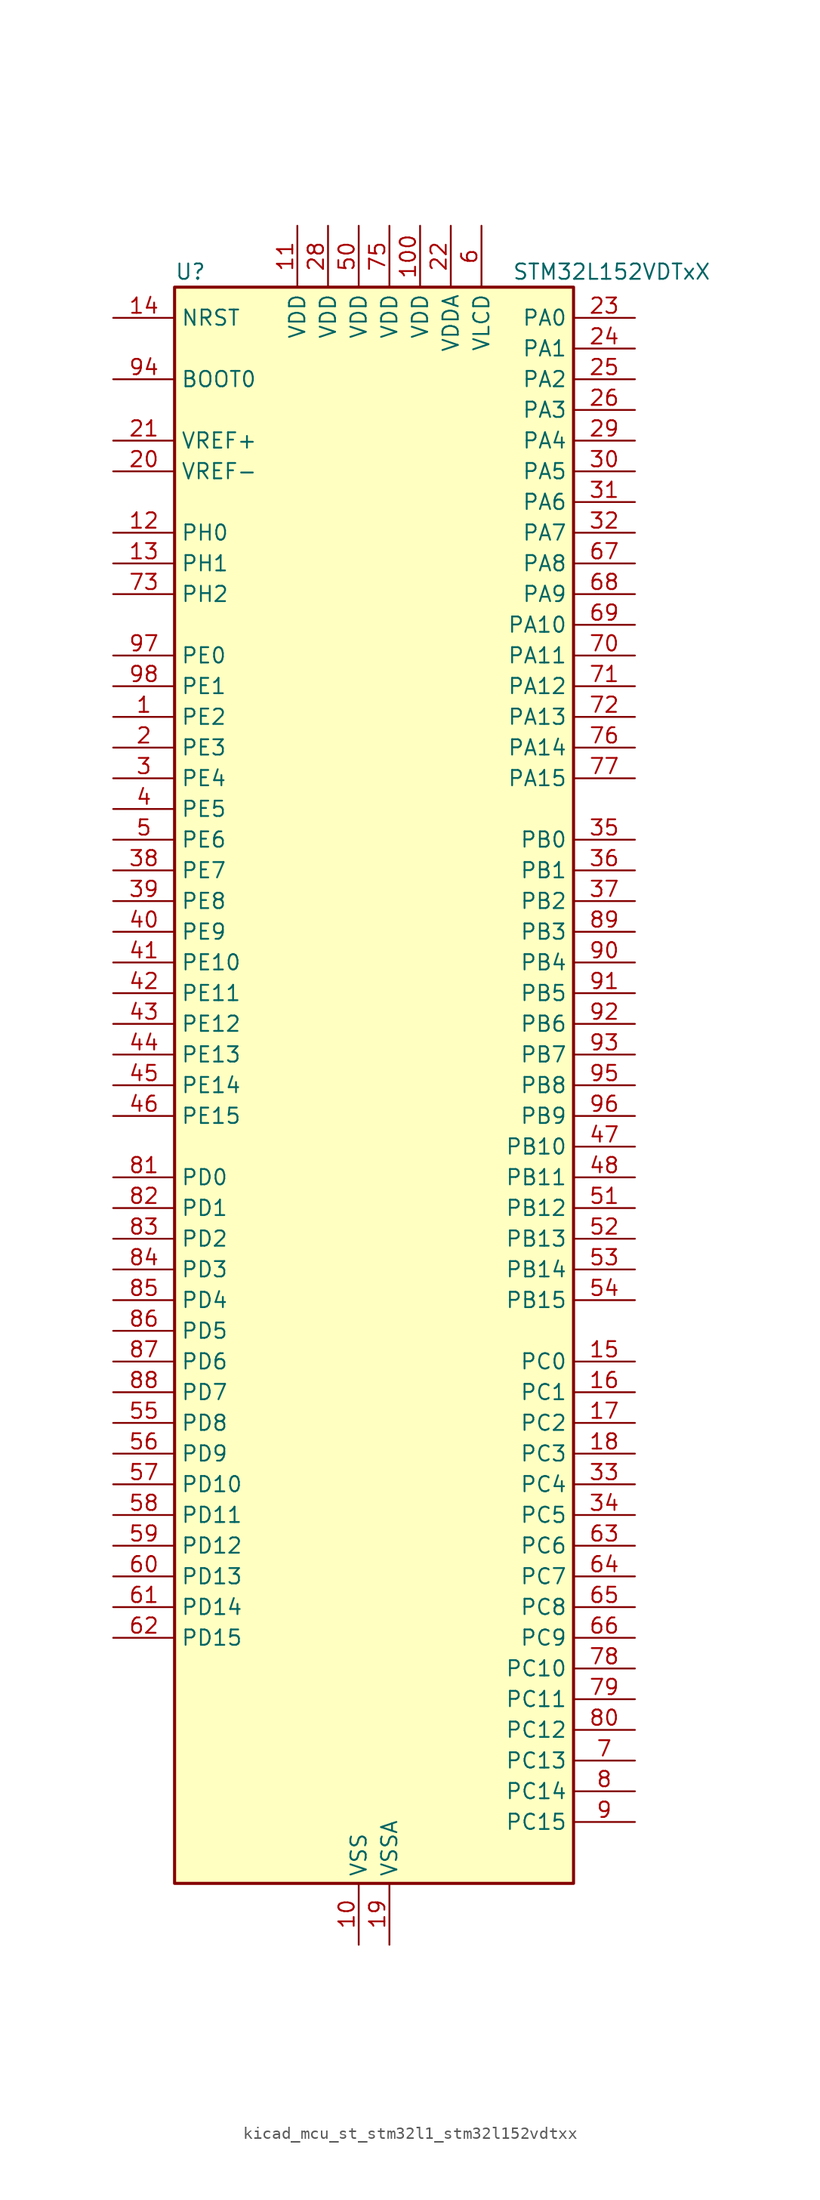
<source format=kicad_sym>
(kicad_symbol_lib
  (version 20220914)
  (generator kicad_symbol_editor)
  (symbol "kicad_mcu_st_stm32l1_stm32l152vdtxx"
    (property "Reference" "U"
      (at -15.24 67.31 0)
      (effects (font (size 1.27 1.27)) (justify left)))
    (property "Value" "STM32L152VDTxX"
      (at 12.7 67.31 0)
      (effects (font (size 1.27 1.27)) (justify left)))
    (property "ki_locked" ""
      (at 0 0 0)
      (effects (font (size 1.27 1.27))))
    (symbol "kicad_mcu_st_stm32l1_stm32l152vdtxx_0_1"
      (rectangle (start -15.24 -66.04) (end 17.78 66.04) (stroke (width 0.254) (type default)) (fill (type background))))
    (symbol "kicad_mcu_st_stm32l1_stm32l152vdtxx_1_1"
      (pin bidirectional line (at -20.32 30.48 0) (length 5.08) (name "PE2" (effects (font (size 1.27 1.27)))) (number "1" (effects (font (size 1.27 1.27)))) (alternate "LCD_SEG38" bidirectional line) (alternate "SYS_TRACECK" bidirectional line) (alternate "TIM3_ETR" bidirectional line) (alternate "TIMX_IC3" bidirectional line))
      (pin power_in line (at 0 -71.12 90) (length 5.08) (name "VSS" (effects (font (size 1.27 1.27)))) (number "10" (effects (font (size 1.27 1.27)))))
      (pin power_in line (at 5.08 71.12 270) (length 5.08) (name "VDD" (effects (font (size 1.27 1.27)))) (number "100" (effects (font (size 1.27 1.27)))))
      (pin power_in line (at -5.08 71.12 270) (length 5.08) (name "VDD" (effects (font (size 1.27 1.27)))) (number "11" (effects (font (size 1.27 1.27)))))
      (pin bidirectional line (at -20.32 45.72 0) (length 5.08) (name "PH0" (effects (font (size 1.27 1.27)))) (number "12" (effects (font (size 1.27 1.27)))) (alternate "RCC_OSC_IN" bidirectional line))
      (pin bidirectional line (at -20.32 43.18 0) (length 5.08) (name "PH1" (effects (font (size 1.27 1.27)))) (number "13" (effects (font (size 1.27 1.27)))) (alternate "RCC_OSC_OUT" bidirectional line))
      (pin input line (at -20.32 63.5 0) (length 5.08) (name "NRST" (effects (font (size 1.27 1.27)))) (number "14" (effects (font (size 1.27 1.27)))))
      (pin bidirectional line (at 22.86 -22.86 180) (length 5.08) (name "PC0" (effects (font (size 1.27 1.27)))) (number "15" (effects (font (size 1.27 1.27)))) (alternate "ADC_IN10" bidirectional line) (alternate "COMP1_INP" bidirectional line) (alternate "LCD_SEG18" bidirectional line) (alternate "TIMX_IC1" bidirectional line) (alternate "TS_G8_IO1" bidirectional line))
      (pin bidirectional line (at 22.86 -25.4 180) (length 5.08) (name "PC1" (effects (font (size 1.27 1.27)))) (number "16" (effects (font (size 1.27 1.27)))) (alternate "ADC_IN11" bidirectional line) (alternate "COMP1_INP" bidirectional line) (alternate "LCD_SEG19" bidirectional line) (alternate "TIMX_IC2" bidirectional line) (alternate "TS_G8_IO2" bidirectional line))
      (pin bidirectional line (at 22.86 -27.94 180) (length 5.08) (name "PC2" (effects (font (size 1.27 1.27)))) (number "17" (effects (font (size 1.27 1.27)))) (alternate "ADC_IN12" bidirectional line) (alternate "COMP1_INP" bidirectional line) (alternate "LCD_SEG20" bidirectional line) (alternate "TIMX_IC3" bidirectional line) (alternate "TS_G8_IO3" bidirectional line))
      (pin bidirectional line (at 22.86 -30.48 180) (length 5.08) (name "PC3" (effects (font (size 1.27 1.27)))) (number "18" (effects (font (size 1.27 1.27)))) (alternate "ADC_IN13" bidirectional line) (alternate "COMP1_INP" bidirectional line) (alternate "LCD_SEG21" bidirectional line) (alternate "TIMX_IC4" bidirectional line) (alternate "TS_G8_IO4" bidirectional line))
      (pin power_in line (at 2.54 -71.12 90) (length 5.08) (name "VSSA" (effects (font (size 1.27 1.27)))) (number "19" (effects (font (size 1.27 1.27)))))
      (pin bidirectional line (at -20.32 27.94 0) (length 5.08) (name "PE3" (effects (font (size 1.27 1.27)))) (number "2" (effects (font (size 1.27 1.27)))) (alternate "LCD_SEG39" bidirectional line) (alternate "SYS_TRACED0" bidirectional line) (alternate "TIM3_CH1" bidirectional line) (alternate "TIMX_IC4" bidirectional line))
      (pin input line (at -20.32 50.8 0) (length 5.08) (name "VREF-" (effects (font (size 1.27 1.27)))) (number "20" (effects (font (size 1.27 1.27)))))
      (pin input line (at -20.32 53.34 0) (length 5.08) (name "VREF+" (effects (font (size 1.27 1.27)))) (number "21" (effects (font (size 1.27 1.27)))))
      (pin power_in line (at 7.62 71.12 270) (length 5.08) (name "VDDA" (effects (font (size 1.27 1.27)))) (number "22" (effects (font (size 1.27 1.27)))))
      (pin bidirectional line (at 22.86 63.5 180) (length 5.08) (name "PA0" (effects (font (size 1.27 1.27)))) (number "23" (effects (font (size 1.27 1.27)))) (alternate "ADC_IN0" bidirectional line) (alternate "COMP1_INP" bidirectional line) (alternate "RTC_TAMP2" bidirectional line) (alternate "SYS_WKUP1" bidirectional line) (alternate "TIM2_CH1" bidirectional line) (alternate "TIM2_ETR" bidirectional line) (alternate "TIM5_CH1" bidirectional line) (alternate "TIMX_IC1" bidirectional line) (alternate "TS_G1_IO1" bidirectional line) (alternate "USART2_CTS" bidirectional line))
      (pin bidirectional line (at 22.86 60.96 180) (length 5.08) (name "PA1" (effects (font (size 1.27 1.27)))) (number "24" (effects (font (size 1.27 1.27)))) (alternate "ADC_IN1" bidirectional line) (alternate "COMP1_INP" bidirectional line) (alternate "LCD_SEG0" bidirectional line) (alternate "OPAMP1_VINP" bidirectional line) (alternate "TIM2_CH2" bidirectional line) (alternate "TIM5_CH2" bidirectional line) (alternate "TIMX_IC2" bidirectional line) (alternate "TS_G1_IO2" bidirectional line) (alternate "USART2_RTS" bidirectional line))
      (pin bidirectional line (at 22.86 58.42 180) (length 5.08) (name "PA2" (effects (font (size 1.27 1.27)))) (number "25" (effects (font (size 1.27 1.27)))) (alternate "ADC_IN2" bidirectional line) (alternate "COMP1_INP" bidirectional line) (alternate "LCD_SEG1" bidirectional line) (alternate "OPAMP1_VINM" bidirectional line) (alternate "TIM2_CH3" bidirectional line) (alternate "TIM5_CH3" bidirectional line) (alternate "TIM9_CH1" bidirectional line) (alternate "TIMX_IC3" bidirectional line) (alternate "TS_G1_IO3" bidirectional line) (alternate "USART2_TX" bidirectional line))
      (pin bidirectional line (at 22.86 55.88 180) (length 5.08) (name "PA3" (effects (font (size 1.27 1.27)))) (number "26" (effects (font (size 1.27 1.27)))) (alternate "ADC_IN3" bidirectional line) (alternate "COMP1_INP" bidirectional line) (alternate "LCD_SEG2" bidirectional line) (alternate "OPAMP1_VOUT" bidirectional line) (alternate "TIM2_CH4" bidirectional line) (alternate "TIM5_CH4" bidirectional line) (alternate "TIM9_CH2" bidirectional line) (alternate "TIMX_IC4" bidirectional line) (alternate "TS_G1_IO4" bidirectional line) (alternate "USART2_RX" bidirectional line))
      (pin passive line (at 0 -71.12 90) (length 5.08) hide (name "VSS" (effects (font (size 1.27 1.27)))) (number "27" (effects (font (size 1.27 1.27)))))
      (pin power_in line (at -2.54 71.12 270) (length 5.08) (name "VDD" (effects (font (size 1.27 1.27)))) (number "28" (effects (font (size 1.27 1.27)))))
      (pin bidirectional line (at 22.86 53.34 180) (length 5.08) (name "PA4" (effects (font (size 1.27 1.27)))) (number "29" (effects (font (size 1.27 1.27)))) (alternate "ADC_IN4" bidirectional line) (alternate "COMP1_INP" bidirectional line) (alternate "DAC_OUT1" bidirectional line) (alternate "I2S3_WS" bidirectional line) (alternate "SPI1_NSS" bidirectional line) (alternate "SPI3_NSS" bidirectional line) (alternate "TIMX_IC1" bidirectional line) (alternate "USART2_CK" bidirectional line))
      (pin bidirectional line (at -20.32 25.4 0) (length 5.08) (name "PE4" (effects (font (size 1.27 1.27)))) (number "3" (effects (font (size 1.27 1.27)))) (alternate "SYS_TRACED1" bidirectional line) (alternate "TIM3_CH2" bidirectional line) (alternate "TIMX_IC1" bidirectional line))
      (pin bidirectional line (at 22.86 50.8 180) (length 5.08) (name "PA5" (effects (font (size 1.27 1.27)))) (number "30" (effects (font (size 1.27 1.27)))) (alternate "ADC_IN5" bidirectional line) (alternate "COMP1_INP" bidirectional line) (alternate "DAC_OUT2" bidirectional line) (alternate "SPI1_SCK" bidirectional line) (alternate "TIM2_CH1" bidirectional line) (alternate "TIM2_ETR" bidirectional line) (alternate "TIMX_IC2" bidirectional line))
      (pin bidirectional line (at 22.86 48.26 180) (length 5.08) (name "PA6" (effects (font (size 1.27 1.27)))) (number "31" (effects (font (size 1.27 1.27)))) (alternate "ADC_IN6" bidirectional line) (alternate "COMP1_INP" bidirectional line) (alternate "LCD_SEG3" bidirectional line) (alternate "OPAMP2_VINP" bidirectional line) (alternate "SPI1_MISO" bidirectional line) (alternate "TIM10_CH1" bidirectional line) (alternate "TIM3_CH1" bidirectional line) (alternate "TIMX_IC3" bidirectional line) (alternate "TS_G2_IO1" bidirectional line))
      (pin bidirectional line (at 22.86 45.72 180) (length 5.08) (name "PA7" (effects (font (size 1.27 1.27)))) (number "32" (effects (font (size 1.27 1.27)))) (alternate "ADC_IN7" bidirectional line) (alternate "COMP1_INP" bidirectional line) (alternate "LCD_SEG4" bidirectional line) (alternate "OPAMP2_VINM" bidirectional line) (alternate "SPI1_MOSI" bidirectional line) (alternate "TIM11_CH1" bidirectional line) (alternate "TIM3_CH2" bidirectional line) (alternate "TIMX_IC4" bidirectional line) (alternate "TS_G2_IO2" bidirectional line))
      (pin bidirectional line (at 22.86 -33.02 180) (length 5.08) (name "PC4" (effects (font (size 1.27 1.27)))) (number "33" (effects (font (size 1.27 1.27)))) (alternate "ADC_IN14" bidirectional line) (alternate "COMP1_INP" bidirectional line) (alternate "LCD_SEG22" bidirectional line) (alternate "TIMX_IC1" bidirectional line) (alternate "TS_G9_IO1" bidirectional line))
      (pin bidirectional line (at 22.86 -35.56 180) (length 5.08) (name "PC5" (effects (font (size 1.27 1.27)))) (number "34" (effects (font (size 1.27 1.27)))) (alternate "ADC_IN15" bidirectional line) (alternate "COMP1_INP" bidirectional line) (alternate "LCD_SEG23" bidirectional line) (alternate "TIMX_IC2" bidirectional line) (alternate "TS_G9_IO2" bidirectional line))
      (pin bidirectional line (at 22.86 20.32 180) (length 5.08) (name "PB0" (effects (font (size 1.27 1.27)))) (number "35" (effects (font (size 1.27 1.27)))) (alternate "ADC_IN8" bidirectional line) (alternate "COMP1_INP" bidirectional line) (alternate "LCD_SEG5" bidirectional line) (alternate "OPAMP2_VOUT" bidirectional line) (alternate "SYS_V_REF_OUT" bidirectional line) (alternate "TIM3_CH3" bidirectional line) (alternate "TS_G3_IO1" bidirectional line))
      (pin bidirectional line (at 22.86 17.78 180) (length 5.08) (name "PB1" (effects (font (size 1.27 1.27)))) (number "36" (effects (font (size 1.27 1.27)))) (alternate "ADC_IN9" bidirectional line) (alternate "COMP1_INP" bidirectional line) (alternate "LCD_SEG6" bidirectional line) (alternate "SYS_V_REF_OUT" bidirectional line) (alternate "TIM3_CH4" bidirectional line) (alternate "TS_G3_IO2" bidirectional line))
      (pin bidirectional line (at 22.86 15.24 180) (length 5.08) (name "PB2" (effects (font (size 1.27 1.27)))) (number "37" (effects (font (size 1.27 1.27)))) (alternate "ADC_IN0b" bidirectional line) (alternate "TS_G3_IO3" bidirectional line))
      (pin bidirectional line (at -20.32 17.78 0) (length 5.08) (name "PE7" (effects (font (size 1.27 1.27)))) (number "38" (effects (font (size 1.27 1.27)))) (alternate "ADC_IN22" bidirectional line) (alternate "COMP1_INP" bidirectional line) (alternate "TIMX_IC4" bidirectional line))
      (pin bidirectional line (at -20.32 15.24 0) (length 5.08) (name "PE8" (effects (font (size 1.27 1.27)))) (number "39" (effects (font (size 1.27 1.27)))) (alternate "ADC_IN23" bidirectional line) (alternate "COMP1_INP" bidirectional line) (alternate "TIMX_IC1" bidirectional line))
      (pin bidirectional line (at -20.32 22.86 0) (length 5.08) (name "PE5" (effects (font (size 1.27 1.27)))) (number "4" (effects (font (size 1.27 1.27)))) (alternate "SYS_TRACED2" bidirectional line) (alternate "TIM9_CH1" bidirectional line) (alternate "TIMX_IC2" bidirectional line))
      (pin bidirectional line (at -20.32 12.7 0) (length 5.08) (name "PE9" (effects (font (size 1.27 1.27)))) (number "40" (effects (font (size 1.27 1.27)))) (alternate "ADC_IN24" bidirectional line) (alternate "COMP1_INP" bidirectional line) (alternate "DAC_EXTI9" bidirectional line) (alternate "TIM2_CH1" bidirectional line) (alternate "TIM2_ETR" bidirectional line) (alternate "TIMX_IC2" bidirectional line))
      (pin bidirectional line (at -20.32 10.16 0) (length 5.08) (name "PE10" (effects (font (size 1.27 1.27)))) (number "41" (effects (font (size 1.27 1.27)))) (alternate "ADC_IN25" bidirectional line) (alternate "COMP1_INP" bidirectional line) (alternate "TIM2_CH2" bidirectional line) (alternate "TIMX_IC3" bidirectional line))
      (pin bidirectional line (at -20.32 7.62 0) (length 5.08) (name "PE11" (effects (font (size 1.27 1.27)))) (number "42" (effects (font (size 1.27 1.27)))) (alternate "ADC_EXTI11" bidirectional line) (alternate "TIM2_CH3" bidirectional line) (alternate "TIMX_IC4" bidirectional line))
      (pin bidirectional line (at -20.32 5.08 0) (length 5.08) (name "PE12" (effects (font (size 1.27 1.27)))) (number "43" (effects (font (size 1.27 1.27)))) (alternate "SPI1_NSS" bidirectional line) (alternate "TIM2_CH4" bidirectional line) (alternate "TIMX_IC1" bidirectional line))
      (pin bidirectional line (at -20.32 2.54 0) (length 5.08) (name "PE13" (effects (font (size 1.27 1.27)))) (number "44" (effects (font (size 1.27 1.27)))) (alternate "SPI1_SCK" bidirectional line) (alternate "TIMX_IC2" bidirectional line))
      (pin bidirectional line (at -20.32 0 0) (length 5.08) (name "PE14" (effects (font (size 1.27 1.27)))) (number "45" (effects (font (size 1.27 1.27)))) (alternate "SPI1_MISO" bidirectional line) (alternate "TIMX_IC3" bidirectional line))
      (pin bidirectional line (at -20.32 -2.54 0) (length 5.08) (name "PE15" (effects (font (size 1.27 1.27)))) (number "46" (effects (font (size 1.27 1.27)))) (alternate "ADC_EXTI15" bidirectional line) (alternate "SPI1_MOSI" bidirectional line) (alternate "TIMX_IC4" bidirectional line))
      (pin bidirectional line (at 22.86 -5.08 180) (length 5.08) (name "PB10" (effects (font (size 1.27 1.27)))) (number "47" (effects (font (size 1.27 1.27)))) (alternate "I2C2_SCL" bidirectional line) (alternate "LCD_SEG10" bidirectional line) (alternate "TIM2_CH3" bidirectional line) (alternate "USART3_TX" bidirectional line))
      (pin bidirectional line (at 22.86 -7.62 180) (length 5.08) (name "PB11" (effects (font (size 1.27 1.27)))) (number "48" (effects (font (size 1.27 1.27)))) (alternate "ADC_EXTI11" bidirectional line) (alternate "I2C2_SDA" bidirectional line) (alternate "LCD_SEG11" bidirectional line) (alternate "TIM2_CH4" bidirectional line) (alternate "USART3_RX" bidirectional line))
      (pin passive line (at 0 -71.12 90) (length 5.08) hide (name "VSS" (effects (font (size 1.27 1.27)))) (number "49" (effects (font (size 1.27 1.27)))))
      (pin bidirectional line (at -20.32 20.32 0) (length 5.08) (name "PE6" (effects (font (size 1.27 1.27)))) (number "5" (effects (font (size 1.27 1.27)))) (alternate "RTC_TAMP3" bidirectional line) (alternate "SYS_TRACED3" bidirectional line) (alternate "SYS_WKUP3" bidirectional line) (alternate "TIM9_CH2" bidirectional line) (alternate "TIMX_IC3" bidirectional line))
      (pin power_in line (at 0 71.12 270) (length 5.08) (name "VDD" (effects (font (size 1.27 1.27)))) (number "50" (effects (font (size 1.27 1.27)))))
      (pin bidirectional line (at 22.86 -10.16 180) (length 5.08) (name "PB12" (effects (font (size 1.27 1.27)))) (number "51" (effects (font (size 1.27 1.27)))) (alternate "ADC_IN18" bidirectional line) (alternate "COMP1_INP" bidirectional line) (alternate "I2C2_SMBA" bidirectional line) (alternate "I2S2_WS" bidirectional line) (alternate "LCD_SEG12" bidirectional line) (alternate "SPI2_NSS" bidirectional line) (alternate "TIM10_CH1" bidirectional line) (alternate "TS_G7_IO1" bidirectional line) (alternate "USART3_CK" bidirectional line))
      (pin bidirectional line (at 22.86 -12.7 180) (length 5.08) (name "PB13" (effects (font (size 1.27 1.27)))) (number "52" (effects (font (size 1.27 1.27)))) (alternate "ADC_IN19" bidirectional line) (alternate "COMP1_INP" bidirectional line) (alternate "I2S2_CK" bidirectional line) (alternate "LCD_SEG13" bidirectional line) (alternate "SPI2_SCK" bidirectional line) (alternate "TIM9_CH1" bidirectional line) (alternate "TS_G7_IO2" bidirectional line) (alternate "USART3_CTS" bidirectional line))
      (pin bidirectional line (at 22.86 -15.24 180) (length 5.08) (name "PB14" (effects (font (size 1.27 1.27)))) (number "53" (effects (font (size 1.27 1.27)))) (alternate "ADC_IN20" bidirectional line) (alternate "COMP1_INP" bidirectional line) (alternate "LCD_SEG14" bidirectional line) (alternate "SPI2_MISO" bidirectional line) (alternate "TIM9_CH2" bidirectional line) (alternate "TS_G7_IO3" bidirectional line) (alternate "USART3_RTS" bidirectional line))
      (pin bidirectional line (at 22.86 -17.78 180) (length 5.08) (name "PB15" (effects (font (size 1.27 1.27)))) (number "54" (effects (font (size 1.27 1.27)))) (alternate "ADC_EXTI15" bidirectional line) (alternate "ADC_IN21" bidirectional line) (alternate "COMP1_INP" bidirectional line) (alternate "I2S2_SD" bidirectional line) (alternate "LCD_SEG15" bidirectional line) (alternate "RTC_REFIN" bidirectional line) (alternate "SPI2_MOSI" bidirectional line) (alternate "TIM11_CH1" bidirectional line) (alternate "TS_G7_IO4" bidirectional line))
      (pin bidirectional line (at -20.32 -27.94 0) (length 5.08) (name "PD8" (effects (font (size 1.27 1.27)))) (number "55" (effects (font (size 1.27 1.27)))) (alternate "LCD_SEG28" bidirectional line) (alternate "TIMX_IC1" bidirectional line) (alternate "USART3_TX" bidirectional line))
      (pin bidirectional line (at -20.32 -30.48 0) (length 5.08) (name "PD9" (effects (font (size 1.27 1.27)))) (number "56" (effects (font (size 1.27 1.27)))) (alternate "DAC_EXTI9" bidirectional line) (alternate "LCD_SEG29" bidirectional line) (alternate "TIMX_IC2" bidirectional line) (alternate "USART3_RX" bidirectional line))
      (pin bidirectional line (at -20.32 -33.02 0) (length 5.08) (name "PD10" (effects (font (size 1.27 1.27)))) (number "57" (effects (font (size 1.27 1.27)))) (alternate "LCD_SEG30" bidirectional line) (alternate "TIMX_IC3" bidirectional line) (alternate "USART3_CK" bidirectional line))
      (pin bidirectional line (at -20.32 -35.56 0) (length 5.08) (name "PD11" (effects (font (size 1.27 1.27)))) (number "58" (effects (font (size 1.27 1.27)))) (alternate "ADC_EXTI11" bidirectional line) (alternate "LCD_SEG31" bidirectional line) (alternate "TIMX_IC4" bidirectional line) (alternate "USART3_CTS" bidirectional line))
      (pin bidirectional line (at -20.32 -38.1 0) (length 5.08) (name "PD12" (effects (font (size 1.27 1.27)))) (number "59" (effects (font (size 1.27 1.27)))) (alternate "LCD_SEG32" bidirectional line) (alternate "TIM4_CH1" bidirectional line) (alternate "TIMX_IC1" bidirectional line) (alternate "USART3_RTS" bidirectional line))
      (pin power_in line (at 10.16 71.12 270) (length 5.08) (name "VLCD" (effects (font (size 1.27 1.27)))) (number "6" (effects (font (size 1.27 1.27)))))
      (pin bidirectional line (at -20.32 -40.64 0) (length 5.08) (name "PD13" (effects (font (size 1.27 1.27)))) (number "60" (effects (font (size 1.27 1.27)))) (alternate "LCD_SEG33" bidirectional line) (alternate "TIM4_CH2" bidirectional line) (alternate "TIMX_IC2" bidirectional line))
      (pin bidirectional line (at -20.32 -43.18 0) (length 5.08) (name "PD14" (effects (font (size 1.27 1.27)))) (number "61" (effects (font (size 1.27 1.27)))) (alternate "LCD_SEG34" bidirectional line) (alternate "TIM4_CH3" bidirectional line) (alternate "TIMX_IC3" bidirectional line))
      (pin bidirectional line (at -20.32 -45.72 0) (length 5.08) (name "PD15" (effects (font (size 1.27 1.27)))) (number "62" (effects (font (size 1.27 1.27)))) (alternate "ADC_EXTI15" bidirectional line) (alternate "LCD_SEG35" bidirectional line) (alternate "TIM4_CH4" bidirectional line) (alternate "TIMX_IC4" bidirectional line))
      (pin bidirectional line (at 22.86 -38.1 180) (length 5.08) (name "PC6" (effects (font (size 1.27 1.27)))) (number "63" (effects (font (size 1.27 1.27)))) (alternate "I2S2_MCK" bidirectional line) (alternate "LCD_SEG24" bidirectional line) (alternate "TIM3_CH1" bidirectional line) (alternate "TIMX_IC3" bidirectional line) (alternate "TS_G10_IO1" bidirectional line))
      (pin bidirectional line (at 22.86 -40.64 180) (length 5.08) (name "PC7" (effects (font (size 1.27 1.27)))) (number "64" (effects (font (size 1.27 1.27)))) (alternate "I2S3_MCK" bidirectional line) (alternate "LCD_SEG25" bidirectional line) (alternate "TIM3_CH2" bidirectional line) (alternate "TIMX_IC4" bidirectional line) (alternate "TS_G10_IO2" bidirectional line))
      (pin bidirectional line (at 22.86 -43.18 180) (length 5.08) (name "PC8" (effects (font (size 1.27 1.27)))) (number "65" (effects (font (size 1.27 1.27)))) (alternate "LCD_SEG26" bidirectional line) (alternate "TIM3_CH3" bidirectional line) (alternate "TIMX_IC1" bidirectional line) (alternate "TS_G10_IO3" bidirectional line))
      (pin bidirectional line (at 22.86 -45.72 180) (length 5.08) (name "PC9" (effects (font (size 1.27 1.27)))) (number "66" (effects (font (size 1.27 1.27)))) (alternate "DAC_EXTI9" bidirectional line) (alternate "LCD_SEG27" bidirectional line) (alternate "TIM3_CH4" bidirectional line) (alternate "TIMX_IC2" bidirectional line) (alternate "TS_G10_IO4" bidirectional line))
      (pin bidirectional line (at 22.86 43.18 180) (length 5.08) (name "PA8" (effects (font (size 1.27 1.27)))) (number "67" (effects (font (size 1.27 1.27)))) (alternate "LCD_COM0" bidirectional line) (alternate "RCC_MCO" bidirectional line) (alternate "TIMX_IC1" bidirectional line) (alternate "TS_G4_IO1" bidirectional line) (alternate "USART1_CK" bidirectional line))
      (pin bidirectional line (at 22.86 40.64 180) (length 5.08) (name "PA9" (effects (font (size 1.27 1.27)))) (number "68" (effects (font (size 1.27 1.27)))) (alternate "DAC_EXTI9" bidirectional line) (alternate "LCD_COM1" bidirectional line) (alternate "TIMX_IC2" bidirectional line) (alternate "TS_G4_IO2" bidirectional line) (alternate "USART1_TX" bidirectional line))
      (pin bidirectional line (at 22.86 38.1 180) (length 5.08) (name "PA10" (effects (font (size 1.27 1.27)))) (number "69" (effects (font (size 1.27 1.27)))) (alternate "LCD_COM2" bidirectional line) (alternate "TIMX_IC3" bidirectional line) (alternate "TS_G4_IO3" bidirectional line) (alternate "USART1_RX" bidirectional line))
      (pin bidirectional line (at 22.86 -55.88 180) (length 5.08) (name "PC13" (effects (font (size 1.27 1.27)))) (number "7" (effects (font (size 1.27 1.27)))) (alternate "RTC_OUT_ALARM" bidirectional line) (alternate "RTC_OUT_CALIB" bidirectional line) (alternate "RTC_TAMP1" bidirectional line) (alternate "RTC_TS" bidirectional line) (alternate "SYS_WKUP2" bidirectional line) (alternate "TIMX_IC2" bidirectional line))
      (pin bidirectional line (at 22.86 35.56 180) (length 5.08) (name "PA11" (effects (font (size 1.27 1.27)))) (number "70" (effects (font (size 1.27 1.27)))) (alternate "ADC_EXTI11" bidirectional line) (alternate "SPI1_MISO" bidirectional line) (alternate "TIMX_IC4" bidirectional line) (alternate "USART1_CTS" bidirectional line) (alternate "USB_DM" bidirectional line))
      (pin bidirectional line (at 22.86 33.02 180) (length 5.08) (name "PA12" (effects (font (size 1.27 1.27)))) (number "71" (effects (font (size 1.27 1.27)))) (alternate "SPI1_MOSI" bidirectional line) (alternate "TIMX_IC1" bidirectional line) (alternate "USART1_RTS" bidirectional line) (alternate "USB_DP" bidirectional line))
      (pin bidirectional line (at 22.86 30.48 180) (length 5.08) (name "PA13" (effects (font (size 1.27 1.27)))) (number "72" (effects (font (size 1.27 1.27)))) (alternate "SYS_JTMS-SWDIO" bidirectional line) (alternate "TIMX_IC2" bidirectional line) (alternate "TS_G5_IO1" bidirectional line))
      (pin bidirectional line (at -20.32 40.64 0) (length 5.08) (name "PH2" (effects (font (size 1.27 1.27)))) (number "73" (effects (font (size 1.27 1.27)))))
      (pin passive line (at 0 -71.12 90) (length 5.08) hide (name "VSS" (effects (font (size 1.27 1.27)))) (number "74" (effects (font (size 1.27 1.27)))))
      (pin power_in line (at 2.54 71.12 270) (length 5.08) (name "VDD" (effects (font (size 1.27 1.27)))) (number "75" (effects (font (size 1.27 1.27)))))
      (pin bidirectional line (at 22.86 27.94 180) (length 5.08) (name "PA14" (effects (font (size 1.27 1.27)))) (number "76" (effects (font (size 1.27 1.27)))) (alternate "SYS_JTCK-SWCLK" bidirectional line) (alternate "TIMX_IC3" bidirectional line) (alternate "TS_G5_IO2" bidirectional line))
      (pin bidirectional line (at 22.86 25.4 180) (length 5.08) (name "PA15" (effects (font (size 1.27 1.27)))) (number "77" (effects (font (size 1.27 1.27)))) (alternate "ADC_EXTI15" bidirectional line) (alternate "I2S3_WS" bidirectional line) (alternate "LCD_SEG17" bidirectional line) (alternate "SPI1_NSS" bidirectional line) (alternate "SPI3_NSS" bidirectional line) (alternate "SYS_JTDI" bidirectional line) (alternate "TIM2_CH1" bidirectional line) (alternate "TIM2_ETR" bidirectional line) (alternate "TIMX_IC4" bidirectional line) (alternate "TS_G5_IO3" bidirectional line))
      (pin bidirectional line (at 22.86 -48.26 180) (length 5.08) (name "PC10" (effects (font (size 1.27 1.27)))) (number "78" (effects (font (size 1.27 1.27)))) (alternate "I2S3_CK" bidirectional line) (alternate "LCD_COM4" bidirectional line) (alternate "LCD_SEG28" bidirectional line) (alternate "LCD_SEG40" bidirectional line) (alternate "SPI3_SCK" bidirectional line) (alternate "TIMX_IC3" bidirectional line) (alternate "UART4_TX" bidirectional line) (alternate "USART3_TX" bidirectional line))
      (pin bidirectional line (at 22.86 -50.8 180) (length 5.08) (name "PC11" (effects (font (size 1.27 1.27)))) (number "79" (effects (font (size 1.27 1.27)))) (alternate "ADC_EXTI11" bidirectional line) (alternate "LCD_COM5" bidirectional line) (alternate "LCD_SEG29" bidirectional line) (alternate "LCD_SEG41" bidirectional line) (alternate "SPI3_MISO" bidirectional line) (alternate "TIMX_IC4" bidirectional line) (alternate "UART4_RX" bidirectional line) (alternate "USART3_RX" bidirectional line))
      (pin bidirectional line (at 22.86 -58.42 180) (length 5.08) (name "PC14" (effects (font (size 1.27 1.27)))) (number "8" (effects (font (size 1.27 1.27)))) (alternate "RCC_OSC32_IN" bidirectional line) (alternate "TIMX_IC3" bidirectional line))
      (pin bidirectional line (at 22.86 -53.34 180) (length 5.08) (name "PC12" (effects (font (size 1.27 1.27)))) (number "80" (effects (font (size 1.27 1.27)))) (alternate "I2S3_SD" bidirectional line) (alternate "LCD_COM6" bidirectional line) (alternate "LCD_SEG30" bidirectional line) (alternate "LCD_SEG42" bidirectional line) (alternate "SPI3_MOSI" bidirectional line) (alternate "TIMX_IC1" bidirectional line) (alternate "UART5_TX" bidirectional line) (alternate "USART3_CK" bidirectional line))
      (pin bidirectional line (at -20.32 -7.62 0) (length 5.08) (name "PD0" (effects (font (size 1.27 1.27)))) (number "81" (effects (font (size 1.27 1.27)))) (alternate "I2S2_WS" bidirectional line) (alternate "SPI2_NSS" bidirectional line) (alternate "TIM9_CH1" bidirectional line) (alternate "TIMX_IC1" bidirectional line))
      (pin bidirectional line (at -20.32 -10.16 0) (length 5.08) (name "PD1" (effects (font (size 1.27 1.27)))) (number "82" (effects (font (size 1.27 1.27)))) (alternate "I2S2_CK" bidirectional line) (alternate "SPI2_SCK" bidirectional line) (alternate "TIMX_IC2" bidirectional line))
      (pin bidirectional line (at -20.32 -12.7 0) (length 5.08) (name "PD2" (effects (font (size 1.27 1.27)))) (number "83" (effects (font (size 1.27 1.27)))) (alternate "LCD_COM7" bidirectional line) (alternate "LCD_SEG31" bidirectional line) (alternate "LCD_SEG43" bidirectional line) (alternate "TIM3_ETR" bidirectional line) (alternate "TIMX_IC3" bidirectional line) (alternate "UART5_RX" bidirectional line))
      (pin bidirectional line (at -20.32 -15.24 0) (length 5.08) (name "PD3" (effects (font (size 1.27 1.27)))) (number "84" (effects (font (size 1.27 1.27)))) (alternate "SPI2_MISO" bidirectional line) (alternate "TIMX_IC4" bidirectional line) (alternate "USART2_CTS" bidirectional line))
      (pin bidirectional line (at -20.32 -17.78 0) (length 5.08) (name "PD4" (effects (font (size 1.27 1.27)))) (number "85" (effects (font (size 1.27 1.27)))) (alternate "I2S2_SD" bidirectional line) (alternate "SPI2_MOSI" bidirectional line) (alternate "TIMX_IC1" bidirectional line) (alternate "USART2_RTS" bidirectional line))
      (pin bidirectional line (at -20.32 -20.32 0) (length 5.08) (name "PD5" (effects (font (size 1.27 1.27)))) (number "86" (effects (font (size 1.27 1.27)))) (alternate "TIMX_IC2" bidirectional line) (alternate "USART2_TX" bidirectional line))
      (pin bidirectional line (at -20.32 -22.86 0) (length 5.08) (name "PD6" (effects (font (size 1.27 1.27)))) (number "87" (effects (font (size 1.27 1.27)))) (alternate "TIMX_IC3" bidirectional line) (alternate "USART2_RX" bidirectional line))
      (pin bidirectional line (at -20.32 -25.4 0) (length 5.08) (name "PD7" (effects (font (size 1.27 1.27)))) (number "88" (effects (font (size 1.27 1.27)))) (alternate "TIM9_CH2" bidirectional line) (alternate "TIMX_IC4" bidirectional line) (alternate "USART2_CK" bidirectional line))
      (pin bidirectional line (at 22.86 12.7 180) (length 5.08) (name "PB3" (effects (font (size 1.27 1.27)))) (number "89" (effects (font (size 1.27 1.27)))) (alternate "COMP2_INM" bidirectional line) (alternate "I2S3_CK" bidirectional line) (alternate "LCD_SEG7" bidirectional line) (alternate "SPI1_SCK" bidirectional line) (alternate "SPI3_SCK" bidirectional line) (alternate "SYS_JTDO-TRACESWO" bidirectional line) (alternate "TIM2_CH2" bidirectional line))
      (pin bidirectional line (at 22.86 -60.96 180) (length 5.08) (name "PC15" (effects (font (size 1.27 1.27)))) (number "9" (effects (font (size 1.27 1.27)))) (alternate "ADC_EXTI15" bidirectional line) (alternate "RCC_OSC32_OUT" bidirectional line) (alternate "TIMX_IC4" bidirectional line))
      (pin bidirectional line (at 22.86 10.16 180) (length 5.08) (name "PB4" (effects (font (size 1.27 1.27)))) (number "90" (effects (font (size 1.27 1.27)))) (alternate "COMP2_INP" bidirectional line) (alternate "LCD_SEG8" bidirectional line) (alternate "SPI1_MISO" bidirectional line) (alternate "SPI3_MISO" bidirectional line) (alternate "SYS_JTRST" bidirectional line) (alternate "TIM3_CH1" bidirectional line) (alternate "TS_G6_IO1" bidirectional line))
      (pin bidirectional line (at 22.86 7.62 180) (length 5.08) (name "PB5" (effects (font (size 1.27 1.27)))) (number "91" (effects (font (size 1.27 1.27)))) (alternate "COMP2_INP" bidirectional line) (alternate "I2C1_SMBA" bidirectional line) (alternate "I2S3_SD" bidirectional line) (alternate "LCD_SEG9" bidirectional line) (alternate "SPI1_MOSI" bidirectional line) (alternate "SPI3_MOSI" bidirectional line) (alternate "TIM3_CH2" bidirectional line) (alternate "TS_G6_IO2" bidirectional line))
      (pin bidirectional line (at 22.86 5.08 180) (length 5.08) (name "PB6" (effects (font (size 1.27 1.27)))) (number "92" (effects (font (size 1.27 1.27)))) (alternate "COMP2_INP" bidirectional line) (alternate "I2C1_SCL" bidirectional line) (alternate "TIM4_CH1" bidirectional line) (alternate "TS_G6_IO3" bidirectional line) (alternate "USART1_TX" bidirectional line))
      (pin bidirectional line (at 22.86 2.54 180) (length 5.08) (name "PB7" (effects (font (size 1.27 1.27)))) (number "93" (effects (font (size 1.27 1.27)))) (alternate "COMP2_INP" bidirectional line) (alternate "I2C1_SDA" bidirectional line) (alternate "SYS_PVD_IN" bidirectional line) (alternate "TIM4_CH2" bidirectional line) (alternate "TS_G6_IO4" bidirectional line) (alternate "USART1_RX" bidirectional line))
      (pin input line (at -20.32 58.42 0) (length 5.08) (name "BOOT0" (effects (font (size 1.27 1.27)))) (number "94" (effects (font (size 1.27 1.27)))))
      (pin bidirectional line (at 22.86 0 180) (length 5.08) (name "PB8" (effects (font (size 1.27 1.27)))) (number "95" (effects (font (size 1.27 1.27)))) (alternate "I2C1_SCL" bidirectional line) (alternate "LCD_SEG16" bidirectional line) (alternate "TIM10_CH1" bidirectional line) (alternate "TIM4_CH3" bidirectional line))
      (pin bidirectional line (at 22.86 -2.54 180) (length 5.08) (name "PB9" (effects (font (size 1.27 1.27)))) (number "96" (effects (font (size 1.27 1.27)))) (alternate "DAC_EXTI9" bidirectional line) (alternate "I2C1_SDA" bidirectional line) (alternate "LCD_COM3" bidirectional line) (alternate "TIM11_CH1" bidirectional line) (alternate "TIM4_CH4" bidirectional line))
      (pin bidirectional line (at -20.32 35.56 0) (length 5.08) (name "PE0" (effects (font (size 1.27 1.27)))) (number "97" (effects (font (size 1.27 1.27)))) (alternate "LCD_SEG36" bidirectional line) (alternate "TIM10_CH1" bidirectional line) (alternate "TIM4_ETR" bidirectional line) (alternate "TIMX_IC1" bidirectional line))
      (pin bidirectional line (at -20.32 33.02 0) (length 5.08) (name "PE1" (effects (font (size 1.27 1.27)))) (number "98" (effects (font (size 1.27 1.27)))) (alternate "LCD_SEG37" bidirectional line) (alternate "TIM11_CH1" bidirectional line) (alternate "TIMX_IC2" bidirectional line))
      (pin passive line (at 0 -71.12 90) (length 5.08) hide (name "VSS" (effects (font (size 1.27 1.27)))) (number "99" (effects (font (size 1.27 1.27))))))))
</source>
